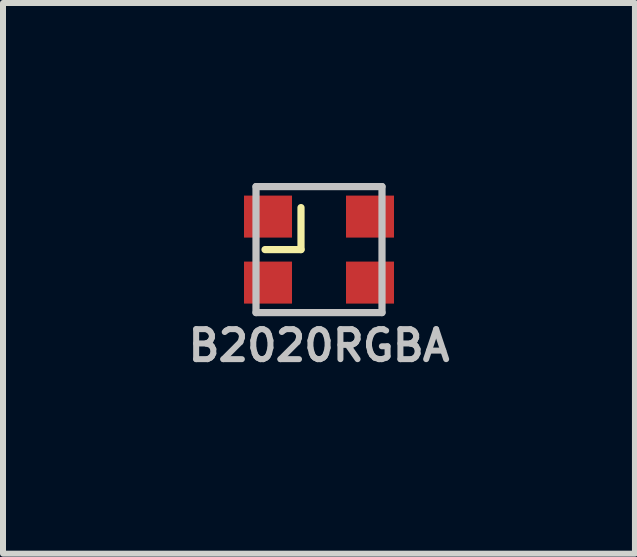
<source format=kicad_pcb>
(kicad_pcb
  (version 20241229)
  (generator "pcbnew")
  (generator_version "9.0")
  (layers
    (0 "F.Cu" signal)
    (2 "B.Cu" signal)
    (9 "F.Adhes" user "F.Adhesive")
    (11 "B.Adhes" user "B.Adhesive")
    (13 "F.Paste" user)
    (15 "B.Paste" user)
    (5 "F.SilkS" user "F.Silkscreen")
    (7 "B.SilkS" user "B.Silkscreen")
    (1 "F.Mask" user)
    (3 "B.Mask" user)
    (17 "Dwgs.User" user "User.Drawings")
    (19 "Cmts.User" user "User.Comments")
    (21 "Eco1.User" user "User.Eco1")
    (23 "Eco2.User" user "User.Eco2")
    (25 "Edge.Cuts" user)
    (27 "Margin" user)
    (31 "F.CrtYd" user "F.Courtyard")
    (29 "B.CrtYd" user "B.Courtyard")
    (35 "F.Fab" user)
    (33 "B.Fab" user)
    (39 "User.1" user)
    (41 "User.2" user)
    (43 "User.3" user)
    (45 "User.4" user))
  (footprint "B2020RGBA"
    (layer "F.Cu")
    (at 2.267 1.11)
    (property "Reference" "B2020RGBA" (at 0 1.6 0) (layer "Dwgs.User") (effects (font (size 0.5 0.5) (thickness 0.1))))
    (attr through_hole)
    (fp_line (start -0.9 0) (end -0.3 0) (stroke (width 0.12) (type solid)) (layer "F.SilkS"))
    (fp_line (start -0.3 0) (end -0.3 -0.7) (stroke (width 0.12) (type solid)) (layer "F.SilkS"))
    (fp_line (start -1.05 -1.05) (end 1.05 -1.05) (stroke (width 0.12) (type solid)) (layer "Dwgs.User"))
    (fp_line (start -1.05 1.05) (end -1.05 -1.05) (stroke (width 0.12) (type solid)) (layer "Dwgs.User"))
    (fp_line (start -1.05 1.05) (end 1.05 1.05) (stroke (width 0.12) (type solid)) (layer "Dwgs.User"))
    (fp_line (start 1.05 -1.05) (end 1.05 1.05) (stroke (width 0.12) (type solid)) (layer "Dwgs.User"))
    (pad "1" smd rect (at -0.85 -0.55) (size 0.8 0.7) (layers "F.Cu" "F.Mask" "F.Paste"))
    (pad "2" smd rect (at 0.85 -0.55) (size 0.8 0.7) (layers "F.Cu" "F.Mask" "F.Paste"))
    (pad "3" smd rect (at -0.85 0.55) (size 0.8 0.7) (layers "F.Cu" "F.Mask" "F.Paste"))
    (pad "4" smd rect (at 0.85 0.55) (size 0.8 0.7) (layers "F.Cu" "F.Mask" "F.Paste")))
  (gr_rect
    (start -3 -3)
    (end 7.533 6.178)
    (stroke (width 0.1) (type default))
    (fill no)
    (layer "Edge.Cuts")))
</source>
